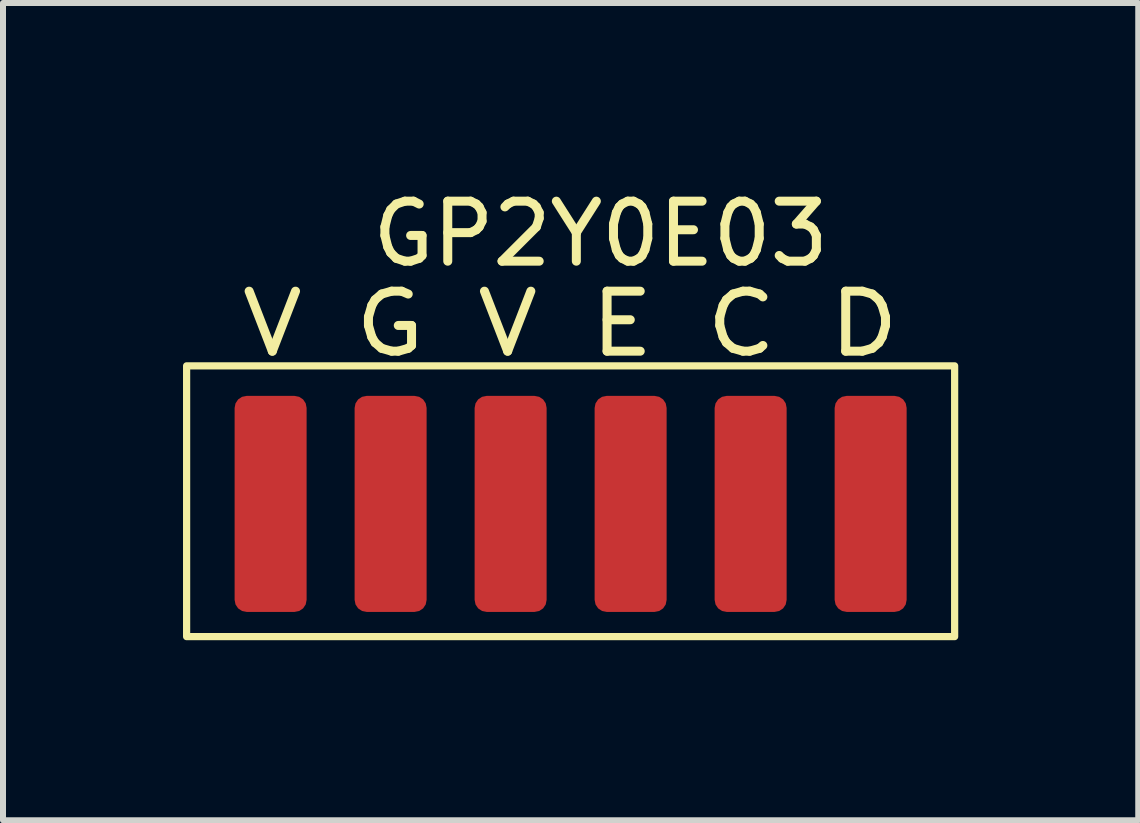
<source format=kicad_pcb>
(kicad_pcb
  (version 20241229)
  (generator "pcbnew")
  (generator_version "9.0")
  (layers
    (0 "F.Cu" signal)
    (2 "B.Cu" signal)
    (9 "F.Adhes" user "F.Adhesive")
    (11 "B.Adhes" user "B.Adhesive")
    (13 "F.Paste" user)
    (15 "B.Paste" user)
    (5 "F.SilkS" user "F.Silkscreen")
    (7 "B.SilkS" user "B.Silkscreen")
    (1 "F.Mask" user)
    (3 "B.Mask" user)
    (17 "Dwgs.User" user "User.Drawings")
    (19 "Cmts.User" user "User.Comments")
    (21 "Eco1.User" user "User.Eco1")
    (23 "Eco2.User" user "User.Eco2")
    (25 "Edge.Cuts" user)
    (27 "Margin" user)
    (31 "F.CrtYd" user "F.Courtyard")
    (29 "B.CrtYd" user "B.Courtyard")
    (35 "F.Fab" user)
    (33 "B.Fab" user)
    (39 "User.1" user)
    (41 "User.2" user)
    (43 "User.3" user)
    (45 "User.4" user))
  (footprint "GP2Y0E03"
    (layer "F.Cu")
    (at 6.46 5.348)
    (property "Reference" "GP2Y0E03" (at 0.5 -4.5 0) (unlocked yes) (layer "F.SilkS") (effects (font (size 1 1) (thickness 0.15))))
    (attr smd)
    (fp_rect (start -6.4 -2.301) (end 6.4 2.212) (stroke (width 0.12) (type solid)) (fill no) (layer "F.SilkS"))
    (fp_text user "V G V E C D" (at 0 -3 0) (unlocked yes) (layer "F.SilkS") (effects (font (size 1 1.16) (thickness 0.15))))
    (pad "1" smd roundrect (at -5 0) (size 1.2 3.6) (layers "F.Cu" "F.Mask" "F.Paste") (roundrect_rratio 0.167))
    (pad "2" smd roundrect (at -3 0) (size 1.2 3.6) (layers "F.Cu" "F.Mask" "F.Paste") (roundrect_rratio 0.167))
    (pad "3" smd roundrect (at -1 0) (size 1.2 3.6) (layers "F.Cu" "F.Mask" "F.Paste") (roundrect_rratio 0.167))
    (pad "4" smd roundrect (at 1 0) (size 1.2 3.6) (layers "F.Cu" "F.Mask" "F.Paste") (roundrect_rratio 0.167))
    (pad "5" smd roundrect (at 3 0) (size 1.2 3.6) (layers "F.Cu" "F.Mask" "F.Paste") (roundrect_rratio 0.167))
    (pad "6" smd roundrect (at 5 0) (size 1.2 3.6) (layers "F.Cu" "F.Mask" "F.Paste") (roundrect_rratio 0.167)))
  (gr_rect
    (start -3 -3)
    (end 15.92 10.62)
    (stroke (width 0.1) (type default))
    (fill no)
    (layer "Edge.Cuts")))
</source>
